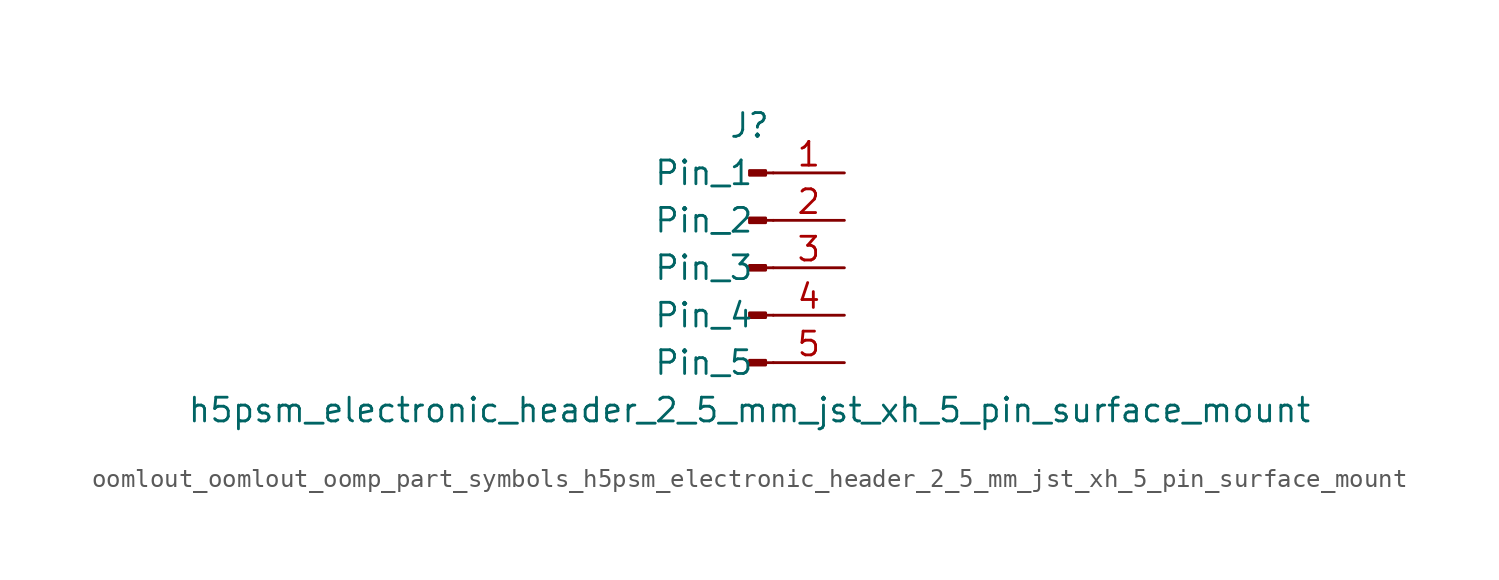
<source format=kicad_sym>
(kicad_symbol_lib
  (version 20220914)
  (generator kicad_symbol_editor)
  (symbol "oomlout_oomlout_oomp_part_symbols_h5psm_electronic_header_2_5_mm_jst_xh_5_pin_surface_mount"
    (pin_names
      (offset 1.016))
    (property "Reference" "J"
      (at 0 7.62 0)
      (effects (font (size 1.27 1.27))))
    (property "Value" "h5psm_electronic_header_2_5_mm_jst_xh_5_pin_surface_mount"
      (at 0 -7.62 0)
      (effects (font (size 1.27 1.27))))
    (property "ki_locked" ""
      (at 0 0 0)
      (effects (font (size 1.27 1.27))))
    (symbol "oomlout_oomlout_oomp_part_symbols_h5psm_electronic_header_2_5_mm_jst_xh_5_pin_surface_mount_1_1"
      (polyline (pts (xy 1.27 -5.08) (xy 0.864 -5.08)) (stroke (width 0.152) (type default)) (fill (type none)))
      (polyline (pts (xy 1.27 -2.54) (xy 0.864 -2.54)) (stroke (width 0.152) (type default)) (fill (type none)))
      (polyline (pts (xy 1.27 0) (xy 0.864 0)) (stroke (width 0.152) (type default)) (fill (type none)))
      (polyline (pts (xy 1.27 2.54) (xy 0.864 2.54)) (stroke (width 0.152) (type default)) (fill (type none)))
      (polyline (pts (xy 1.27 5.08) (xy 0.864 5.08)) (stroke (width 0.152) (type default)) (fill (type none)))
      (rectangle (start 0.864 -4.953) (end 0 -5.207) (stroke (width 0.152) (type default)) (fill (type outline)))
      (rectangle (start 0.864 -2.413) (end 0 -2.667) (stroke (width 0.152) (type default)) (fill (type outline)))
      (rectangle (start 0.864 0.127) (end 0 -0.127) (stroke (width 0.152) (type default)) (fill (type outline)))
      (rectangle (start 0.864 2.667) (end 0 2.413) (stroke (width 0.152) (type default)) (fill (type outline)))
      (rectangle (start 0.864 5.207) (end 0 4.953) (stroke (width 0.152) (type default)) (fill (type outline)))
      (pin passive line (at 5.08 5.08 180) (length 3.81) (name "Pin_1" (effects (font (size 1.27 1.27)))) (number "1" (effects (font (size 1.27 1.27)))))
      (pin passive line (at 5.08 2.54 180) (length 3.81) (name "Pin_2" (effects (font (size 1.27 1.27)))) (number "2" (effects (font (size 1.27 1.27)))))
      (pin passive line (at 5.08 0 180) (length 3.81) (name "Pin_3" (effects (font (size 1.27 1.27)))) (number "3" (effects (font (size 1.27 1.27)))))
      (pin passive line (at 5.08 -2.54 180) (length 3.81) (name "Pin_4" (effects (font (size 1.27 1.27)))) (number "4" (effects (font (size 1.27 1.27)))))
      (pin passive line (at 5.08 -5.08 180) (length 3.81) (name "Pin_5" (effects (font (size 1.27 1.27)))) (number "5" (effects (font (size 1.27 1.27))))))))
</source>
